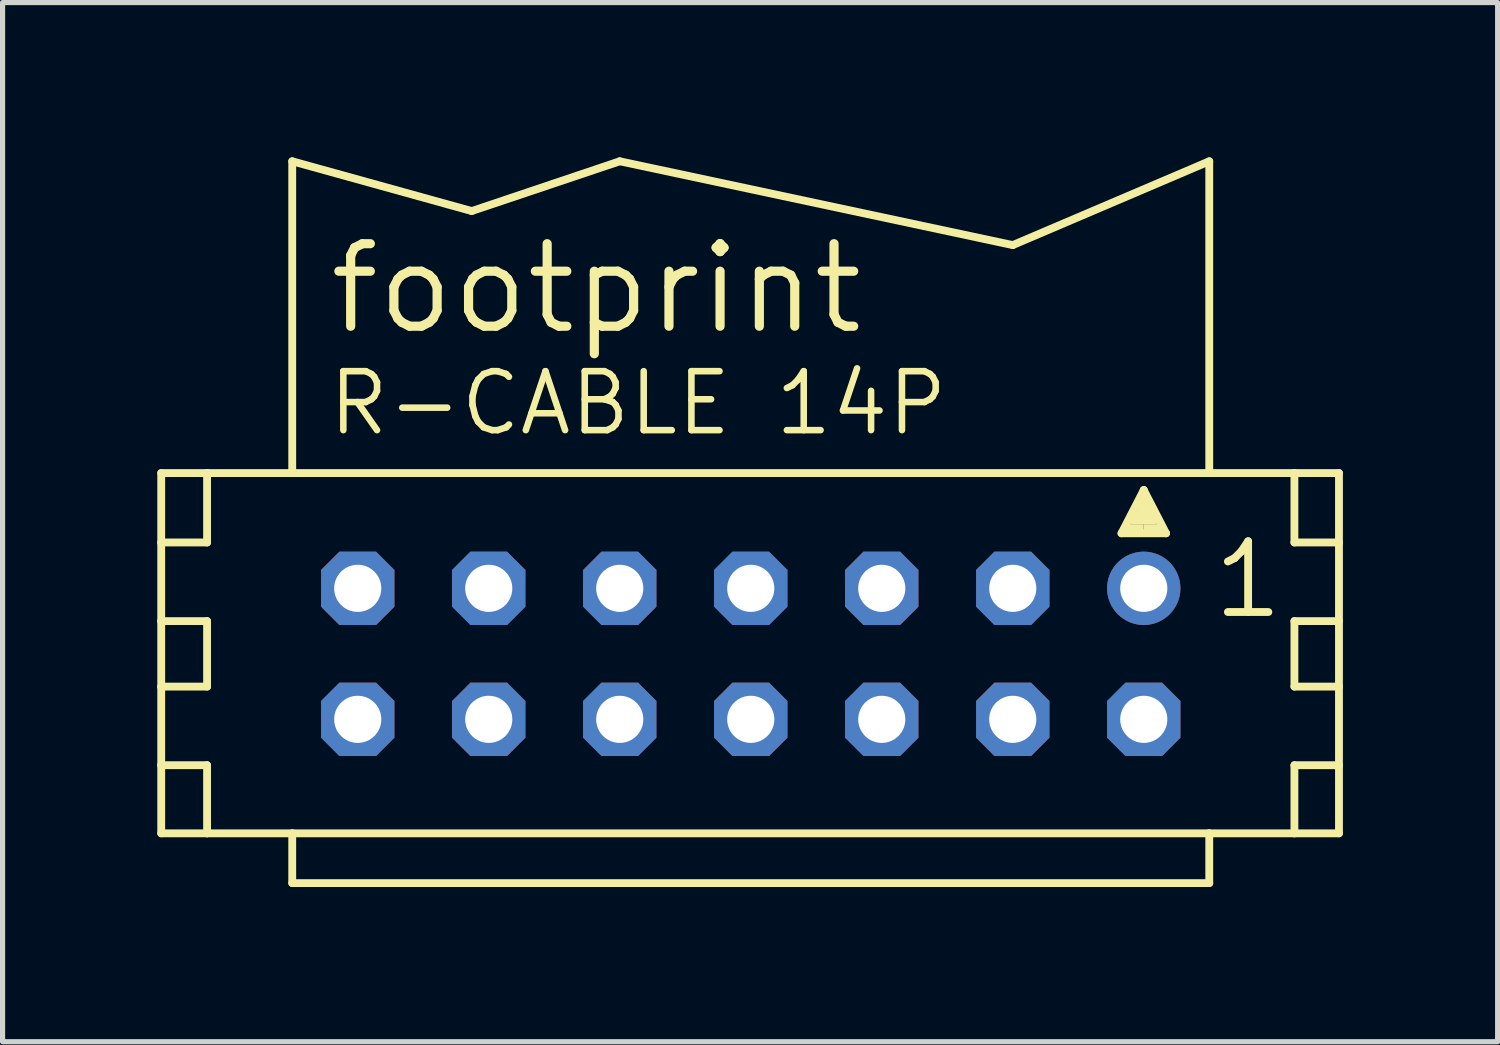
<source format=kicad_pcb>
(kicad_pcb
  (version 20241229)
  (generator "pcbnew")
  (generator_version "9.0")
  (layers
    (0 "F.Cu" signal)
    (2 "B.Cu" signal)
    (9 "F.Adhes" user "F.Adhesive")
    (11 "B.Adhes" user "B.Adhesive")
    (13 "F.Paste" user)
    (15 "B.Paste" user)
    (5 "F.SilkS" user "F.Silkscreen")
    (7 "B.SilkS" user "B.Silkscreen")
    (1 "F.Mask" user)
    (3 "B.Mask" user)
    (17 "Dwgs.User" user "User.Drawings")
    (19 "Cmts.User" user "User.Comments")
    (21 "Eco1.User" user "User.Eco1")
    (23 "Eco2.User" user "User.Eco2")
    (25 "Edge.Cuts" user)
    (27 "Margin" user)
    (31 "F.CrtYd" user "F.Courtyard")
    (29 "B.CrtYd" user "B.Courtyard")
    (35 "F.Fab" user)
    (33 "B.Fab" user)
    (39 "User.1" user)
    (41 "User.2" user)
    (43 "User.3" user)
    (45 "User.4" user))
  (footprint "footprint"
    (layer "F.Cu")
    (at 11.506 9.627)
    (property "Reference" "footprint" (at -8.255 -6.147 0) (layer "F.SilkS") (effects (font (size 1.6 1.6) (thickness 0.178)) (justify left bottom)))
    (fp_line (start -11.43 -3.505) (end -11.43 -2.159) (stroke (width 0.152) (type solid)) (layer "F.SilkS"))
    (fp_line (start -11.43 -2.159) (end -11.43 -0.635) (stroke (width 0.152) (type solid)) (layer "F.SilkS"))
    (fp_line (start -11.43 -2.159) (end -10.541 -2.159) (stroke (width 0.152) (type solid)) (layer "F.SilkS"))
    (fp_line (start -11.43 -0.635) (end -11.43 0.635) (stroke (width 0.152) (type solid)) (layer "F.SilkS"))
    (fp_line (start -11.43 -0.635) (end -10.541 -0.635) (stroke (width 0.152) (type solid)) (layer "F.SilkS"))
    (fp_line (start -11.43 0.635) (end -11.43 2.159) (stroke (width 0.152) (type solid)) (layer "F.SilkS"))
    (fp_line (start -11.43 0.635) (end -10.541 0.635) (stroke (width 0.152) (type solid)) (layer "F.SilkS"))
    (fp_line (start -11.43 2.159) (end -11.43 3.48) (stroke (width 0.152) (type solid)) (layer "F.SilkS"))
    (fp_line (start -11.43 2.159) (end -10.541 2.159) (stroke (width 0.152) (type solid)) (layer "F.SilkS"))
    (fp_line (start -11.43 3.48) (end -10.541 3.48) (stroke (width 0.152) (type solid)) (layer "F.SilkS"))
    (fp_line (start -10.541 -3.505) (end -11.43 -3.505) (stroke (width 0.152) (type solid)) (layer "F.SilkS"))
    (fp_line (start -10.541 -3.505) (end -10.541 -2.159) (stroke (width 0.152) (type solid)) (layer "F.SilkS"))
    (fp_line (start -10.541 -0.635) (end -10.541 0.635) (stroke (width 0.152) (type solid)) (layer "F.SilkS"))
    (fp_line (start -10.541 2.159) (end -10.541 3.48) (stroke (width 0.152) (type solid)) (layer "F.SilkS"))
    (fp_line (start -10.541 3.48) (end -8.89 3.48) (stroke (width 0.152) (type solid)) (layer "F.SilkS"))
    (fp_line (start -8.89 -3.505) (end -10.541 -3.505) (stroke (width 0.152) (type solid)) (layer "F.SilkS"))
    (fp_line (start -8.89 -3.505) (end -8.89 -9.55) (stroke (width 0.152) (type solid)) (layer "F.SilkS"))
    (fp_line (start -8.89 3.48) (end -8.89 4.445) (stroke (width 0.152) (type solid)) (layer "F.SilkS"))
    (fp_line (start -8.89 3.48) (end 8.89 3.48) (stroke (width 0.152) (type solid)) (layer "F.SilkS"))
    (fp_line (start -5.41 -8.585) (end -8.89 -9.55) (stroke (width 0.152) (type solid)) (layer "F.SilkS"))
    (fp_line (start -5.41 -8.585) (end -2.54 -9.55) (stroke (width 0.152) (type solid)) (layer "F.SilkS"))
    (fp_line (start 5.08 -7.925) (end -2.54 -9.55) (stroke (width 0.152) (type solid)) (layer "F.SilkS"))
    (fp_line (start 5.08 -7.925) (end 8.89 -9.55) (stroke (width 0.152) (type solid)) (layer "F.SilkS"))
    (fp_line (start 7.188 -2.337) (end 7.62 -3.175) (stroke (width 0.152) (type solid)) (layer "F.SilkS"))
    (fp_line (start 7.62 -3.175) (end 7.62 -2.921) (stroke (width 0.152) (type solid)) (layer "F.SilkS"))
    (fp_line (start 7.62 -3.175) (end 8.052 -2.337) (stroke (width 0.152) (type solid)) (layer "F.SilkS"))
    (fp_line (start 8.052 -2.337) (end 7.188 -2.337) (stroke (width 0.152) (type solid)) (layer "F.SilkS"))
    (fp_line (start 8.89 -3.505) (end -8.89 -3.505) (stroke (width 0.152) (type solid)) (layer "F.SilkS"))
    (fp_line (start 8.89 -3.505) (end 8.89 -9.55) (stroke (width 0.152) (type solid)) (layer "F.SilkS"))
    (fp_line (start 8.89 3.48) (end 8.89 4.445) (stroke (width 0.152) (type solid)) (layer "F.SilkS"))
    (fp_line (start 8.89 3.48) (end 10.541 3.48) (stroke (width 0.152) (type solid)) (layer "F.SilkS"))
    (fp_line (start 8.89 4.445) (end -8.89 4.445) (stroke (width 0.152) (type solid)) (layer "F.SilkS"))
    (fp_line (start 10.541 -3.505) (end 8.89 -3.505) (stroke (width 0.152) (type solid)) (layer "F.SilkS"))
    (fp_line (start 10.541 -3.505) (end 10.541 -2.159) (stroke (width 0.152) (type solid)) (layer "F.SilkS"))
    (fp_line (start 10.541 -2.159) (end 11.405 -2.159) (stroke (width 0.152) (type solid)) (layer "F.SilkS"))
    (fp_line (start 10.541 -0.635) (end 10.541 0.635) (stroke (width 0.152) (type solid)) (layer "F.SilkS"))
    (fp_line (start 10.541 -0.635) (end 11.405 -0.635) (stroke (width 0.152) (type solid)) (layer "F.SilkS"))
    (fp_line (start 10.541 0.635) (end 11.405 0.635) (stroke (width 0.152) (type solid)) (layer "F.SilkS"))
    (fp_line (start 10.541 2.159) (end 10.541 3.48) (stroke (width 0.152) (type solid)) (layer "F.SilkS"))
    (fp_line (start 10.541 2.159) (end 11.405 2.159) (stroke (width 0.152) (type solid)) (layer "F.SilkS"))
    (fp_line (start 10.541 3.48) (end 11.405 3.48) (stroke (width 0.152) (type solid)) (layer "F.SilkS"))
    (fp_line (start 11.405 -3.505) (end 10.541 -3.505) (stroke (width 0.152) (type solid)) (layer "F.SilkS"))
    (fp_line (start 11.405 -2.159) (end 11.405 -3.505) (stroke (width 0.152) (type solid)) (layer "F.SilkS"))
    (fp_line (start 11.405 -0.635) (end 11.405 -2.159) (stroke (width 0.152) (type solid)) (layer "F.SilkS"))
    (fp_line (start 11.405 0.635) (end 11.405 -0.635) (stroke (width 0.152) (type solid)) (layer "F.SilkS"))
    (fp_line (start 11.405 2.159) (end 11.405 0.635) (stroke (width 0.152) (type solid)) (layer "F.SilkS"))
    (fp_line (start 11.405 3.48) (end 11.405 2.159) (stroke (width 0.152) (type solid)) (layer "F.SilkS"))
    (fp_poly (pts (xy 7.239 -2.388) (xy 7.62 -2.388) (xy 7.62 -2.515) (xy 7.239 -2.515)) (stroke (width 0) (type solid)) (fill yes) (layer "F.SilkS"))
    (fp_poly (pts (xy 7.366 -2.515) (xy 7.874 -2.515) (xy 7.874 -2.769) (xy 7.366 -2.769)) (stroke (width 0) (type solid)) (fill yes) (layer "F.SilkS"))
    (fp_poly (pts (xy 7.493 -2.718) (xy 7.747 -2.718) (xy 7.747 -2.972) (xy 7.493 -2.972)) (stroke (width 0) (type solid)) (fill yes) (layer "F.SilkS"))
    (fp_poly (pts (xy 7.62 -2.388) (xy 8.001 -2.388) (xy 8.001 -2.515) (xy 7.62 -2.515)) (stroke (width 0) (type solid)) (fill yes) (layer "F.SilkS"))
    (fp_text user "1" (at 8.89 -0.635 0) (layer "F.SilkS") (effects (font (size 1.372 1.372) (thickness 0.152)) (justify left bottom)))
    (fp_text user "R-CABLE 14P" (at -8.255 -4.191 0) (layer "F.SilkS") (effects (font (size 1.143 1.143) (thickness 0.127)) (justify left bottom)))
    (pad "1" thru_hole circle (at 7.62 -1.27) (size 1.422 1.422) (drill 0.914) (layers "*.Cu" "*.Mask"))
    (pad "2" thru_hole roundrect (at 7.62 1.27) (size 1.422 1.422) (drill 0.914) (layers "*.Cu" "*.Mask") (roundrect_rratio 0.25) (chamfer_ratio 0.25) (chamfer top_left top_right bottom_left bottom_right))
    (pad "3" thru_hole roundrect (at 5.08 -1.27) (size 1.422 1.422) (drill 0.914) (layers "*.Cu" "*.Mask") (roundrect_rratio 0.25) (chamfer_ratio 0.25) (chamfer top_left top_right bottom_left bottom_right))
    (pad "4" thru_hole roundrect (at 5.08 1.27) (size 1.422 1.422) (drill 0.914) (layers "*.Cu" "*.Mask") (roundrect_rratio 0.25) (chamfer_ratio 0.25) (chamfer top_left top_right bottom_left bottom_right))
    (pad "5" thru_hole roundrect (at 2.54 -1.27) (size 1.422 1.422) (drill 0.914) (layers "*.Cu" "*.Mask") (roundrect_rratio 0.25) (chamfer_ratio 0.25) (chamfer top_left top_right bottom_left bottom_right))
    (pad "6" thru_hole roundrect (at 2.54 1.27) (size 1.422 1.422) (drill 0.914) (layers "*.Cu" "*.Mask") (roundrect_rratio 0.25) (chamfer_ratio 0.25) (chamfer top_left top_right bottom_left bottom_right))
    (pad "7" thru_hole roundrect (at 0 -1.27) (size 1.422 1.422) (drill 0.914) (layers "*.Cu" "*.Mask") (roundrect_rratio 0.25) (chamfer_ratio 0.25) (chamfer top_left top_right bottom_left bottom_right))
    (pad "8" thru_hole roundrect (at 0 1.27) (size 1.422 1.422) (drill 0.914) (layers "*.Cu" "*.Mask") (roundrect_rratio 0.25) (chamfer_ratio 0.25) (chamfer top_left top_right bottom_left bottom_right))
    (pad "9" thru_hole roundrect (at -2.54 -1.27) (size 1.422 1.422) (drill 0.914) (layers "*.Cu" "*.Mask") (roundrect_rratio 0.25) (chamfer_ratio 0.25) (chamfer top_left top_right bottom_left bottom_right))
    (pad "10" thru_hole roundrect (at -2.54 1.27) (size 1.422 1.422) (drill 0.914) (layers "*.Cu" "*.Mask") (roundrect_rratio 0.25) (chamfer_ratio 0.25) (chamfer top_left top_right bottom_left bottom_right))
    (pad "11" thru_hole roundrect (at -5.08 -1.27) (size 1.422 1.422) (drill 0.914) (layers "*.Cu" "*.Mask") (roundrect_rratio 0.25) (chamfer_ratio 0.25) (chamfer top_left top_right bottom_left bottom_right))
    (pad "12" thru_hole roundrect (at -5.08 1.27) (size 1.422 1.422) (drill 0.914) (layers "*.Cu" "*.Mask") (roundrect_rratio 0.25) (chamfer_ratio 0.25) (chamfer top_left top_right bottom_left bottom_right))
    (pad "13" thru_hole roundrect (at -7.62 -1.27) (size 1.422 1.422) (drill 0.914) (layers "*.Cu" "*.Mask") (roundrect_rratio 0.25) (chamfer_ratio 0.25) (chamfer top_left top_right bottom_left bottom_right))
    (pad "14" thru_hole roundrect (at -7.62 1.27) (size 1.422 1.422) (drill 0.914) (layers "*.Cu" "*.Mask") (roundrect_rratio 0.25) (chamfer_ratio 0.25) (chamfer top_left top_right bottom_left bottom_right)))
  (gr_rect
    (start -3 -3)
    (end 25.987 17.148)
    (stroke (width 0.1) (type default))
    (fill no)
    (layer "Edge.Cuts")))
</source>
